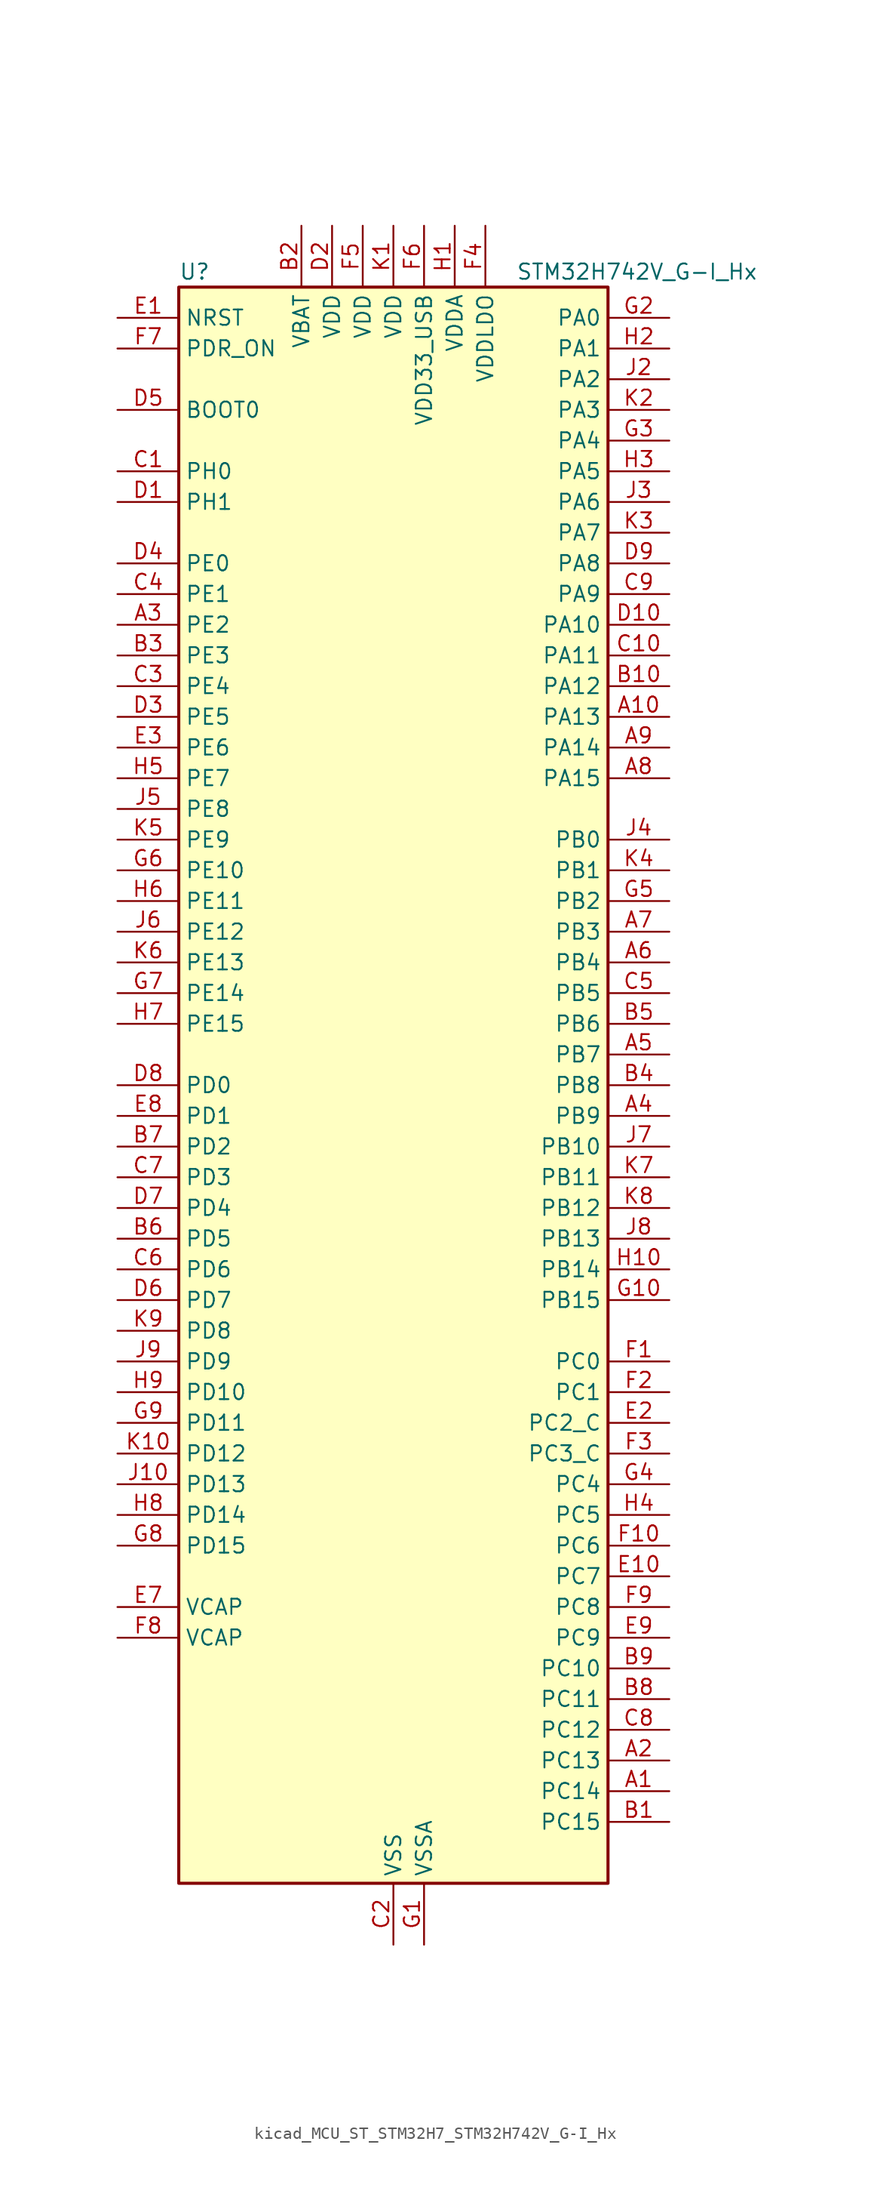
<source format=kicad_sym>
(kicad_symbol_lib
  (version 20220914)
  (generator kicad_symbol_editor)
  (symbol "kicad_MCU_ST_STM32H7_STM32H742V_G-I_Hx"
    (property "Reference" "U"
      (at -17.78 67.31 0)
      (effects (font (size 1.27 1.27)) (justify left)))
    (property "Value" "STM32H742V_G-I_Hx"
      (at 10.16 67.31 0)
      (effects (font (size 1.27 1.27)) (justify left)))
    (property "ki_locked" ""
      (at 0 0 0)
      (effects (font (size 1.27 1.27))))
    (symbol "kicad_MCU_ST_STM32H7_STM32H742V_G-I_Hx_0_1"
      (rectangle (start -17.78 -66.04) (end 17.78 66.04) (stroke (width 0.254) (type default)) (fill (type background))))
    (symbol "kicad_MCU_ST_STM32H7_STM32H742V_G-I_Hx_1_1"
      (pin bidirectional line (at 22.86 -58.42 180) (length 5.08) (name "PC14" (effects (font (size 1.27 1.27)))) (number "A1" (effects (font (size 1.27 1.27)))) (alternate "RCC_OSC32_IN" bidirectional line))
      (pin bidirectional line (at 22.86 30.48 180) (length 5.08) (name "PA13" (effects (font (size 1.27 1.27)))) (number "A10" (effects (font (size 1.27 1.27)))) (alternate "DEBUG_JTMS-SWDIO" bidirectional line))
      (pin bidirectional line (at 22.86 -55.88 180) (length 5.08) (name "PC13" (effects (font (size 1.27 1.27)))) (number "A2" (effects (font (size 1.27 1.27)))) (alternate "PWR_WKUP2" bidirectional line) (alternate "RTC_OUT_ALARM" bidirectional line) (alternate "RTC_OUT_CALIB" bidirectional line) (alternate "RTC_TAMP1" bidirectional line) (alternate "RTC_TS" bidirectional line))
      (pin bidirectional line (at -22.86 38.1 0) (length 5.08) (name "PE2" (effects (font (size 1.27 1.27)))) (number "A3" (effects (font (size 1.27 1.27)))) (alternate "DEBUG_TRACECLK" bidirectional line) (alternate "ETH_TXD3" bidirectional line) (alternate "FMC_A23" bidirectional line) (alternate "QUADSPI_BK1_IO2" bidirectional line) (alternate "SAI1_CK1" bidirectional line) (alternate "SAI1_MCLK_A" bidirectional line) (alternate "SAI4_CK1" bidirectional line) (alternate "SAI4_MCLK_A" bidirectional line) (alternate "SPI4_SCK" bidirectional line))
      (pin bidirectional line (at 22.86 -2.54 180) (length 5.08) (name "PB9" (effects (font (size 1.27 1.27)))) (number "A4" (effects (font (size 1.27 1.27)))) (alternate "DAC1_EXTI9" bidirectional line) (alternate "DCMI_D7" bidirectional line) (alternate "DFSDM1_DATIN7" bidirectional line) (alternate "FDCAN1_TX" bidirectional line) (alternate "I2C1_SDA" bidirectional line) (alternate "I2C4_SDA" bidirectional line) (alternate "I2C4_SMBA" bidirectional line) (alternate "I2S2_WS" bidirectional line) (alternate "SDMMC1_CDIR" bidirectional line) (alternate "SDMMC1_D5" bidirectional line) (alternate "SDMMC2_D5" bidirectional line) (alternate "SPI2_NSS" bidirectional line) (alternate "TIM17_CH1" bidirectional line) (alternate "TIM4_CH4" bidirectional line) (alternate "UART4_TX" bidirectional line))
      (pin bidirectional line (at 22.86 2.54 180) (length 5.08) (name "PB7" (effects (font (size 1.27 1.27)))) (number "A5" (effects (font (size 1.27 1.27)))) (alternate "DCMI_VSYNC" bidirectional line) (alternate "DFSDM1_CKIN5" bidirectional line) (alternate "FMC_NL" bidirectional line) (alternate "HRTIM_EEV9" bidirectional line) (alternate "I2C1_SDA" bidirectional line) (alternate "I2C4_SDA" bidirectional line) (alternate "LPUART1_RX" bidirectional line) (alternate "PWR_PVD_IN" bidirectional line) (alternate "TIM17_CH1N" bidirectional line) (alternate "TIM4_CH2" bidirectional line) (alternate "USART1_RX" bidirectional line))
      (pin bidirectional line (at 22.86 10.16 180) (length 5.08) (name "PB4" (effects (font (size 1.27 1.27)))) (number "A6" (effects (font (size 1.27 1.27)))) (alternate "DEBUG_JTRST" bidirectional line) (alternate "HRTIM_EEV6" bidirectional line) (alternate "I2S1_SDI" bidirectional line) (alternate "I2S2_WS" bidirectional line) (alternate "I2S3_SDI" bidirectional line) (alternate "SDMMC2_D3" bidirectional line) (alternate "SPI1_MISO" bidirectional line) (alternate "SPI2_NSS" bidirectional line) (alternate "SPI3_MISO" bidirectional line) (alternate "SPI6_MISO" bidirectional line) (alternate "TIM16_BKIN" bidirectional line) (alternate "TIM3_CH1" bidirectional line) (alternate "UART7_TX" bidirectional line))
      (pin bidirectional line (at 22.86 12.7 180) (length 5.08) (name "PB3" (effects (font (size 1.27 1.27)))) (number "A7" (effects (font (size 1.27 1.27)))) (alternate "CRS_SYNC" bidirectional line) (alternate "DEBUG_JTDO-SWO" bidirectional line) (alternate "HRTIM_FLT4" bidirectional line) (alternate "I2S1_CK" bidirectional line) (alternate "I2S3_CK" bidirectional line) (alternate "SDMMC2_D2" bidirectional line) (alternate "SPI1_SCK" bidirectional line) (alternate "SPI3_SCK" bidirectional line) (alternate "SPI6_SCK" bidirectional line) (alternate "TIM2_CH2" bidirectional line) (alternate "UART7_RX" bidirectional line))
      (pin bidirectional line (at 22.86 25.4 180) (length 5.08) (name "PA15" (effects (font (size 1.27 1.27)))) (number "A8" (effects (font (size 1.27 1.27)))) (alternate "ADC1_EXTI15" bidirectional line) (alternate "ADC2_EXTI15" bidirectional line) (alternate "ADC3_EXTI15" bidirectional line) (alternate "CEC" bidirectional line) (alternate "DEBUG_JTDI" bidirectional line) (alternate "HRTIM_FLT1" bidirectional line) (alternate "I2S1_WS" bidirectional line) (alternate "I2S3_WS" bidirectional line) (alternate "SPI1_NSS" bidirectional line) (alternate "SPI3_NSS" bidirectional line) (alternate "SPI6_NSS" bidirectional line) (alternate "TIM2_CH1" bidirectional line) (alternate "TIM2_ETR" bidirectional line) (alternate "UART4_DE" bidirectional line) (alternate "UART4_RTS" bidirectional line) (alternate "UART7_TX" bidirectional line))
      (pin bidirectional line (at 22.86 27.94 180) (length 5.08) (name "PA14" (effects (font (size 1.27 1.27)))) (number "A9" (effects (font (size 1.27 1.27)))) (alternate "DEBUG_JTCK-SWCLK" bidirectional line))
      (pin bidirectional line (at 22.86 -60.96 180) (length 5.08) (name "PC15" (effects (font (size 1.27 1.27)))) (number "B1" (effects (font (size 1.27 1.27)))) (alternate "ADC1_EXTI15" bidirectional line) (alternate "ADC2_EXTI15" bidirectional line) (alternate "ADC3_EXTI15" bidirectional line) (alternate "RCC_OSC32_OUT" bidirectional line))
      (pin bidirectional line (at 22.86 33.02 180) (length 5.08) (name "PA12" (effects (font (size 1.27 1.27)))) (number "B10" (effects (font (size 1.27 1.27)))) (alternate "FDCAN1_TX" bidirectional line) (alternate "HRTIM_CHD2" bidirectional line) (alternate "I2S2_CK" bidirectional line) (alternate "LPUART1_DE" bidirectional line) (alternate "LPUART1_RTS" bidirectional line) (alternate "SAI2_FS_B" bidirectional line) (alternate "SPI2_SCK" bidirectional line) (alternate "TIM1_ETR" bidirectional line) (alternate "UART4_TX" bidirectional line) (alternate "USART1_DE" bidirectional line) (alternate "USART1_RTS" bidirectional line) (alternate "USB_OTG_FS_DP" bidirectional line))
      (pin power_in line (at -7.62 71.12 270) (length 5.08) (name "VBAT" (effects (font (size 1.27 1.27)))) (number "B2" (effects (font (size 1.27 1.27)))))
      (pin bidirectional line (at -22.86 35.56 0) (length 5.08) (name "PE3" (effects (font (size 1.27 1.27)))) (number "B3" (effects (font (size 1.27 1.27)))) (alternate "DEBUG_TRACED0" bidirectional line) (alternate "FMC_A19" bidirectional line) (alternate "SAI1_SD_B" bidirectional line) (alternate "SAI4_SD_B" bidirectional line) (alternate "TIM15_BKIN" bidirectional line))
      (pin bidirectional line (at 22.86 0 180) (length 5.08) (name "PB8" (effects (font (size 1.27 1.27)))) (number "B4" (effects (font (size 1.27 1.27)))) (alternate "DCMI_D6" bidirectional line) (alternate "DFSDM1_CKIN7" bidirectional line) (alternate "ETH_TXD3" bidirectional line) (alternate "FDCAN1_RX" bidirectional line) (alternate "I2C1_SCL" bidirectional line) (alternate "I2C4_SCL" bidirectional line) (alternate "SDMMC1_CKIN" bidirectional line) (alternate "SDMMC1_D4" bidirectional line) (alternate "SDMMC2_D4" bidirectional line) (alternate "TIM16_CH1" bidirectional line) (alternate "TIM4_CH3" bidirectional line) (alternate "UART4_RX" bidirectional line))
      (pin bidirectional line (at 22.86 5.08 180) (length 5.08) (name "PB6" (effects (font (size 1.27 1.27)))) (number "B5" (effects (font (size 1.27 1.27)))) (alternate "CEC" bidirectional line) (alternate "DCMI_D5" bidirectional line) (alternate "DFSDM1_DATIN5" bidirectional line) (alternate "FDCAN2_TX" bidirectional line) (alternate "FMC_SDNE1" bidirectional line) (alternate "HRTIM_EEV8" bidirectional line) (alternate "I2C1_SCL" bidirectional line) (alternate "I2C4_SCL" bidirectional line) (alternate "LPUART1_TX" bidirectional line) (alternate "QUADSPI_BK1_NCS" bidirectional line) (alternate "TIM16_CH1N" bidirectional line) (alternate "TIM4_CH1" bidirectional line) (alternate "UART5_TX" bidirectional line) (alternate "USART1_TX" bidirectional line))
      (pin bidirectional line (at -22.86 -12.7 0) (length 5.08) (name "PD5" (effects (font (size 1.27 1.27)))) (number "B6" (effects (font (size 1.27 1.27)))) (alternate "FMC_NWE" bidirectional line) (alternate "HRTIM_EEV3" bidirectional line) (alternate "USART2_TX" bidirectional line))
      (pin bidirectional line (at -22.86 -5.08 0) (length 5.08) (name "PD2" (effects (font (size 1.27 1.27)))) (number "B7" (effects (font (size 1.27 1.27)))) (alternate "DCMI_D11" bidirectional line) (alternate "DEBUG_TRACED2" bidirectional line) (alternate "SDMMC1_CMD" bidirectional line) (alternate "TIM3_ETR" bidirectional line) (alternate "UART5_RX" bidirectional line))
      (pin bidirectional line (at 22.86 -50.8 180) (length 5.08) (name "PC11" (effects (font (size 1.27 1.27)))) (number "B8" (effects (font (size 1.27 1.27)))) (alternate "ADC1_EXTI11" bidirectional line) (alternate "ADC2_EXTI11" bidirectional line) (alternate "ADC3_EXTI11" bidirectional line) (alternate "DCMI_D4" bidirectional line) (alternate "DFSDM1_DATIN5" bidirectional line) (alternate "HRTIM_FLT2" bidirectional line) (alternate "I2S3_SDI" bidirectional line) (alternate "QUADSPI_BK2_NCS" bidirectional line) (alternate "SDMMC1_D3" bidirectional line) (alternate "SPI3_MISO" bidirectional line) (alternate "UART4_RX" bidirectional line) (alternate "USART3_RX" bidirectional line))
      (pin bidirectional line (at 22.86 -48.26 180) (length 5.08) (name "PC10" (effects (font (size 1.27 1.27)))) (number "B9" (effects (font (size 1.27 1.27)))) (alternate "DCMI_D8" bidirectional line) (alternate "DFSDM1_CKIN5" bidirectional line) (alternate "HRTIM_EEV1" bidirectional line) (alternate "I2S3_CK" bidirectional line) (alternate "QUADSPI_BK1_IO1" bidirectional line) (alternate "SDMMC1_D2" bidirectional line) (alternate "SPI3_SCK" bidirectional line) (alternate "UART4_TX" bidirectional line) (alternate "USART3_TX" bidirectional line))
      (pin bidirectional line (at -22.86 50.8 0) (length 5.08) (name "PH0" (effects (font (size 1.27 1.27)))) (number "C1" (effects (font (size 1.27 1.27)))) (alternate "RCC_OSC_IN" bidirectional line))
      (pin bidirectional line (at 22.86 35.56 180) (length 5.08) (name "PA11" (effects (font (size 1.27 1.27)))) (number "C10" (effects (font (size 1.27 1.27)))) (alternate "ADC1_EXTI11" bidirectional line) (alternate "ADC2_EXTI11" bidirectional line) (alternate "ADC3_EXTI11" bidirectional line) (alternate "FDCAN1_RX" bidirectional line) (alternate "HRTIM_CHD1" bidirectional line) (alternate "I2S2_WS" bidirectional line) (alternate "LPUART1_CTS" bidirectional line) (alternate "SPI2_NSS" bidirectional line) (alternate "TIM1_CH4" bidirectional line) (alternate "UART4_RX" bidirectional line) (alternate "USART1_CTS" bidirectional line) (alternate "USART1_NSS" bidirectional line) (alternate "USB_OTG_FS_DM" bidirectional line))
      (pin power_in line (at 0 -71.12 90) (length 5.08) (name "VSS" (effects (font (size 1.27 1.27)))) (number "C2" (effects (font (size 1.27 1.27)))))
      (pin bidirectional line (at -22.86 33.02 0) (length 5.08) (name "PE4" (effects (font (size 1.27 1.27)))) (number "C3" (effects (font (size 1.27 1.27)))) (alternate "DCMI_D4" bidirectional line) (alternate "DEBUG_TRACED1" bidirectional line) (alternate "DFSDM1_DATIN3" bidirectional line) (alternate "FMC_A20" bidirectional line) (alternate "SAI1_D2" bidirectional line) (alternate "SAI1_FS_A" bidirectional line) (alternate "SAI4_D2" bidirectional line) (alternate "SAI4_FS_A" bidirectional line) (alternate "SPI4_NSS" bidirectional line) (alternate "TIM15_CH1N" bidirectional line))
      (pin bidirectional line (at -22.86 40.64 0) (length 5.08) (name "PE1" (effects (font (size 1.27 1.27)))) (number "C4" (effects (font (size 1.27 1.27)))) (alternate "DCMI_D3" bidirectional line) (alternate "FMC_NBL1" bidirectional line) (alternate "HRTIM_SCOUT" bidirectional line) (alternate "LPTIM1_IN2" bidirectional line) (alternate "UART8_TX" bidirectional line))
      (pin bidirectional line (at 22.86 7.62 180) (length 5.08) (name "PB5" (effects (font (size 1.27 1.27)))) (number "C5" (effects (font (size 1.27 1.27)))) (alternate "DCMI_D10" bidirectional line) (alternate "ETH_PPS_OUT" bidirectional line) (alternate "FDCAN2_RX" bidirectional line) (alternate "FMC_SDCKE1" bidirectional line) (alternate "HRTIM_EEV7" bidirectional line) (alternate "I2C1_SMBA" bidirectional line) (alternate "I2C4_SMBA" bidirectional line) (alternate "I2S1_SDO" bidirectional line) (alternate "I2S3_SDO" bidirectional line) (alternate "SPI1_MOSI" bidirectional line) (alternate "SPI3_MOSI" bidirectional line) (alternate "SPI6_MOSI" bidirectional line) (alternate "TIM17_BKIN" bidirectional line) (alternate "TIM3_CH2" bidirectional line) (alternate "UART5_RX" bidirectional line) (alternate "USB_OTG_HS_ULPI_D7" bidirectional line))
      (pin bidirectional line (at -22.86 -15.24 0) (length 5.08) (name "PD6" (effects (font (size 1.27 1.27)))) (number "C6" (effects (font (size 1.27 1.27)))) (alternate "DCMI_D10" bidirectional line) (alternate "DFSDM1_CKIN4" bidirectional line) (alternate "DFSDM1_DATIN1" bidirectional line) (alternate "FMC_NWAIT" bidirectional line) (alternate "I2S3_SDO" bidirectional line) (alternate "SAI1_D1" bidirectional line) (alternate "SAI1_SD_A" bidirectional line) (alternate "SAI4_D1" bidirectional line) (alternate "SAI4_SD_A" bidirectional line) (alternate "SDMMC2_CK" bidirectional line) (alternate "SPI3_MOSI" bidirectional line) (alternate "USART2_RX" bidirectional line))
      (pin bidirectional line (at -22.86 -7.62 0) (length 5.08) (name "PD3" (effects (font (size 1.27 1.27)))) (number "C7" (effects (font (size 1.27 1.27)))) (alternate "DCMI_D5" bidirectional line) (alternate "DFSDM1_CKOUT" bidirectional line) (alternate "FMC_CLK" bidirectional line) (alternate "I2S2_CK" bidirectional line) (alternate "SPI2_SCK" bidirectional line) (alternate "USART2_CTS" bidirectional line) (alternate "USART2_NSS" bidirectional line))
      (pin bidirectional line (at 22.86 -53.34 180) (length 5.08) (name "PC12" (effects (font (size 1.27 1.27)))) (number "C8" (effects (font (size 1.27 1.27)))) (alternate "DCMI_D9" bidirectional line) (alternate "DEBUG_TRACED3" bidirectional line) (alternate "HRTIM_EEV2" bidirectional line) (alternate "I2S3_SDO" bidirectional line) (alternate "SDMMC1_CK" bidirectional line) (alternate "SPI3_MOSI" bidirectional line) (alternate "UART5_TX" bidirectional line) (alternate "USART3_CK" bidirectional line))
      (pin bidirectional line (at 22.86 40.64 180) (length 5.08) (name "PA9" (effects (font (size 1.27 1.27)))) (number "C9" (effects (font (size 1.27 1.27)))) (alternate "DAC1_EXTI9" bidirectional line) (alternate "DCMI_D0" bidirectional line) (alternate "HRTIM_CHC1" bidirectional line) (alternate "I2C3_SMBA" bidirectional line) (alternate "I2S2_CK" bidirectional line) (alternate "LPUART1_TX" bidirectional line) (alternate "SPI2_SCK" bidirectional line) (alternate "TIM1_CH2" bidirectional line) (alternate "USART1_TX" bidirectional line) (alternate "USB_OTG_FS_VBUS" bidirectional line))
      (pin bidirectional line (at -22.86 48.26 0) (length 5.08) (name "PH1" (effects (font (size 1.27 1.27)))) (number "D1" (effects (font (size 1.27 1.27)))) (alternate "RCC_OSC_OUT" bidirectional line))
      (pin bidirectional line (at 22.86 38.1 180) (length 5.08) (name "PA10" (effects (font (size 1.27 1.27)))) (number "D10" (effects (font (size 1.27 1.27)))) (alternate "DCMI_D1" bidirectional line) (alternate "HRTIM_CHC2" bidirectional line) (alternate "LPUART1_RX" bidirectional line) (alternate "MDIOS_MDIO" bidirectional line) (alternate "TIM1_CH3" bidirectional line) (alternate "USART1_RX" bidirectional line) (alternate "USB_OTG_FS_ID" bidirectional line))
      (pin power_in line (at -5.08 71.12 270) (length 5.08) (name "VDD" (effects (font (size 1.27 1.27)))) (number "D2" (effects (font (size 1.27 1.27)))))
      (pin bidirectional line (at -22.86 30.48 0) (length 5.08) (name "PE5" (effects (font (size 1.27 1.27)))) (number "D3" (effects (font (size 1.27 1.27)))) (alternate "DCMI_D6" bidirectional line) (alternate "DEBUG_TRACED2" bidirectional line) (alternate "DFSDM1_CKIN3" bidirectional line) (alternate "FMC_A21" bidirectional line) (alternate "SAI1_CK2" bidirectional line) (alternate "SAI1_SCK_A" bidirectional line) (alternate "SAI4_CK2" bidirectional line) (alternate "SAI4_SCK_A" bidirectional line) (alternate "SPI4_MISO" bidirectional line) (alternate "TIM15_CH1" bidirectional line))
      (pin bidirectional line (at -22.86 43.18 0) (length 5.08) (name "PE0" (effects (font (size 1.27 1.27)))) (number "D4" (effects (font (size 1.27 1.27)))) (alternate "DCMI_D2" bidirectional line) (alternate "FMC_NBL0" bidirectional line) (alternate "HRTIM_SCIN" bidirectional line) (alternate "LPTIM1_ETR" bidirectional line) (alternate "LPTIM2_ETR" bidirectional line) (alternate "SAI2_MCLK_A" bidirectional line) (alternate "TIM4_ETR" bidirectional line) (alternate "UART8_RX" bidirectional line))
      (pin input line (at -22.86 55.88 0) (length 5.08) (name "BOOT0" (effects (font (size 1.27 1.27)))) (number "D5" (effects (font (size 1.27 1.27)))))
      (pin bidirectional line (at -22.86 -17.78 0) (length 5.08) (name "PD7" (effects (font (size 1.27 1.27)))) (number "D6" (effects (font (size 1.27 1.27)))) (alternate "DFSDM1_CKIN1" bidirectional line) (alternate "DFSDM1_DATIN4" bidirectional line) (alternate "FMC_NE1" bidirectional line) (alternate "I2S1_SDO" bidirectional line) (alternate "SDMMC2_CMD" bidirectional line) (alternate "SPDIFRX1_IN0" bidirectional line) (alternate "SPI1_MOSI" bidirectional line) (alternate "USART2_CK" bidirectional line))
      (pin bidirectional line (at -22.86 -10.16 0) (length 5.08) (name "PD4" (effects (font (size 1.27 1.27)))) (number "D7" (effects (font (size 1.27 1.27)))) (alternate "FMC_NOE" bidirectional line) (alternate "HRTIM_FLT3" bidirectional line) (alternate "SAI3_FS_A" bidirectional line) (alternate "USART2_DE" bidirectional line) (alternate "USART2_RTS" bidirectional line))
      (pin bidirectional line (at -22.86 0 0) (length 5.08) (name "PD0" (effects (font (size 1.27 1.27)))) (number "D8" (effects (font (size 1.27 1.27)))) (alternate "DFSDM1_CKIN6" bidirectional line) (alternate "FDCAN1_RX" bidirectional line) (alternate "FMC_D2" bidirectional line) (alternate "FMC_DA2" bidirectional line) (alternate "SAI3_SCK_A" bidirectional line) (alternate "UART4_RX" bidirectional line))
      (pin bidirectional line (at 22.86 43.18 180) (length 5.08) (name "PA8" (effects (font (size 1.27 1.27)))) (number "D9" (effects (font (size 1.27 1.27)))) (alternate "HRTIM_CHB2" bidirectional line) (alternate "I2C3_SCL" bidirectional line) (alternate "RCC_MCO_1" bidirectional line) (alternate "TIM1_CH1" bidirectional line) (alternate "TIM8_BKIN2" bidirectional line) (alternate "TIM8_BKIN2_COMP1" bidirectional line) (alternate "TIM8_BKIN2_COMP2" bidirectional line) (alternate "UART7_RX" bidirectional line) (alternate "USART1_CK" bidirectional line) (alternate "USB_OTG_FS_SOF" bidirectional line))
      (pin input line (at -22.86 63.5 0) (length 5.08) (name "NRST" (effects (font (size 1.27 1.27)))) (number "E1" (effects (font (size 1.27 1.27)))))
      (pin bidirectional line (at 22.86 -40.64 180) (length 5.08) (name "PC7" (effects (font (size 1.27 1.27)))) (number "E10" (effects (font (size 1.27 1.27)))) (alternate "DCMI_D1" bidirectional line) (alternate "DEBUG_TRGIO" bidirectional line) (alternate "DFSDM1_DATIN3" bidirectional line) (alternate "FMC_NE1" bidirectional line) (alternate "HRTIM_CHA2" bidirectional line) (alternate "I2S3_MCK" bidirectional line) (alternate "SDMMC1_D123DIR" bidirectional line) (alternate "SDMMC1_D7" bidirectional line) (alternate "SDMMC2_D7" bidirectional line) (alternate "SWPMI1_TX" bidirectional line) (alternate "TIM3_CH2" bidirectional line) (alternate "TIM8_CH2" bidirectional line) (alternate "USART6_RX" bidirectional line))
      (pin bidirectional line (at 22.86 -27.94 180) (length 5.08) (name "PC2_C" (effects (font (size 1.27 1.27)))) (number "E2" (effects (font (size 1.27 1.27)))) (alternate "ADC3_INN1" bidirectional line) (alternate "ADC3_INP0" bidirectional line) (alternate "DFSDM1_CKIN1" bidirectional line) (alternate "DFSDM1_CKOUT" bidirectional line) (alternate "ETH_TXD2" bidirectional line) (alternate "FMC_SDNE0" bidirectional line) (alternate "I2S2_SDI" bidirectional line) (alternate "PWR_CSTOP" bidirectional line) (alternate "SPI2_MISO" bidirectional line) (alternate "USB_OTG_HS_ULPI_DIR" bidirectional line))
      (pin bidirectional line (at -22.86 27.94 0) (length 5.08) (name "PE6" (effects (font (size 1.27 1.27)))) (number "E3" (effects (font (size 1.27 1.27)))) (alternate "DCMI_D7" bidirectional line) (alternate "DEBUG_TRACED3" bidirectional line) (alternate "FMC_A22" bidirectional line) (alternate "SAI1_D1" bidirectional line) (alternate "SAI1_SD_A" bidirectional line) (alternate "SAI2_MCLK_B" bidirectional line) (alternate "SAI4_D1" bidirectional line) (alternate "SAI4_SD_A" bidirectional line) (alternate "SPI4_MOSI" bidirectional line) (alternate "TIM15_CH2" bidirectional line) (alternate "TIM1_BKIN2" bidirectional line) (alternate "TIM1_BKIN2_COMP1" bidirectional line) (alternate "TIM1_BKIN2_COMP2" bidirectional line))
      (pin passive line (at 0 -71.12 90) (length 5.08) hide (name "VSS" (effects (font (size 1.27 1.27)))) (number "E4" (effects (font (size 1.27 1.27)))))
      (pin passive line (at 0 -71.12 90) (length 5.08) hide (name "VSS" (effects (font (size 1.27 1.27)))) (number "E5" (effects (font (size 1.27 1.27)))))
      (pin passive line (at 0 -71.12 90) (length 5.08) hide (name "VSS" (effects (font (size 1.27 1.27)))) (number "E6" (effects (font (size 1.27 1.27)))))
      (pin power_out line (at -22.86 -43.18 0) (length 5.08) (name "VCAP" (effects (font (size 1.27 1.27)))) (number "E7" (effects (font (size 1.27 1.27)))))
      (pin bidirectional line (at -22.86 -2.54 0) (length 5.08) (name "PD1" (effects (font (size 1.27 1.27)))) (number "E8" (effects (font (size 1.27 1.27)))) (alternate "DFSDM1_DATIN6" bidirectional line) (alternate "FDCAN1_TX" bidirectional line) (alternate "FMC_D3" bidirectional line) (alternate "FMC_DA3" bidirectional line) (alternate "SAI3_SD_A" bidirectional line) (alternate "UART4_TX" bidirectional line))
      (pin bidirectional line (at 22.86 -45.72 180) (length 5.08) (name "PC9" (effects (font (size 1.27 1.27)))) (number "E9" (effects (font (size 1.27 1.27)))) (alternate "DAC1_EXTI9" bidirectional line) (alternate "DCMI_D3" bidirectional line) (alternate "I2C3_SDA" bidirectional line) (alternate "I2S_CKIN" bidirectional line) (alternate "QUADSPI_BK1_IO0" bidirectional line) (alternate "RCC_MCO_2" bidirectional line) (alternate "SDMMC1_D1" bidirectional line) (alternate "SWPMI1_SUSPEND" bidirectional line) (alternate "TIM3_CH4" bidirectional line) (alternate "TIM8_CH4" bidirectional line) (alternate "UART5_CTS" bidirectional line))
      (pin bidirectional line (at 22.86 -22.86 180) (length 5.08) (name "PC0" (effects (font (size 1.27 1.27)))) (number "F1" (effects (font (size 1.27 1.27)))) (alternate "ADC1_INP10" bidirectional line) (alternate "ADC2_INP10" bidirectional line) (alternate "ADC3_INP10" bidirectional line) (alternate "DFSDM1_CKIN0" bidirectional line) (alternate "DFSDM1_DATIN4" bidirectional line) (alternate "FMC_SDNWE" bidirectional line) (alternate "SAI2_FS_B" bidirectional line) (alternate "USB_OTG_HS_ULPI_STP" bidirectional line))
      (pin bidirectional line (at 22.86 -38.1 180) (length 5.08) (name "PC6" (effects (font (size 1.27 1.27)))) (number "F10" (effects (font (size 1.27 1.27)))) (alternate "DCMI_D0" bidirectional line) (alternate "DFSDM1_CKIN3" bidirectional line) (alternate "FMC_NWAIT" bidirectional line) (alternate "HRTIM_CHA1" bidirectional line) (alternate "I2S2_MCK" bidirectional line) (alternate "SDMMC1_D0DIR" bidirectional line) (alternate "SDMMC1_D6" bidirectional line) (alternate "SDMMC2_D6" bidirectional line) (alternate "SWPMI1_IO" bidirectional line) (alternate "TIM3_CH1" bidirectional line) (alternate "TIM8_CH1" bidirectional line) (alternate "USART6_TX" bidirectional line))
      (pin bidirectional line (at 22.86 -25.4 180) (length 5.08) (name "PC1" (effects (font (size 1.27 1.27)))) (number "F2" (effects (font (size 1.27 1.27)))) (alternate "ADC1_INN10" bidirectional line) (alternate "ADC1_INP11" bidirectional line) (alternate "ADC2_INN10" bidirectional line) (alternate "ADC2_INP11" bidirectional line) (alternate "ADC3_INN10" bidirectional line) (alternate "ADC3_INP11" bidirectional line) (alternate "DEBUG_TRACED0" bidirectional line) (alternate "DFSDM1_CKIN4" bidirectional line) (alternate "DFSDM1_DATIN0" bidirectional line) (alternate "ETH_MDC" bidirectional line) (alternate "I2S2_SDO" bidirectional line) (alternate "MDIOS_MDC" bidirectional line) (alternate "PWR_WKUP5" bidirectional line) (alternate "RTC_TAMP3" bidirectional line) (alternate "SAI1_D1" bidirectional line) (alternate "SAI1_SD_A" bidirectional line) (alternate "SAI4_D1" bidirectional line) (alternate "SAI4_SD_A" bidirectional line) (alternate "SDMMC2_CK" bidirectional line) (alternate "SPI2_MOSI" bidirectional line))
      (pin bidirectional line (at 22.86 -30.48 180) (length 5.08) (name "PC3_C" (effects (font (size 1.27 1.27)))) (number "F3" (effects (font (size 1.27 1.27)))) (alternate "ADC3_INP1" bidirectional line) (alternate "DFSDM1_DATIN1" bidirectional line) (alternate "ETH_TX_CLK" bidirectional line) (alternate "FMC_SDCKE0" bidirectional line) (alternate "I2S2_SDO" bidirectional line) (alternate "PWR_CSLEEP" bidirectional line) (alternate "SPI2_MOSI" bidirectional line) (alternate "USB_OTG_HS_ULPI_NXT" bidirectional line))
      (pin power_in line (at 7.62 71.12 270) (length 5.08) (name "VDDLDO" (effects (font (size 1.27 1.27)))) (number "F4" (effects (font (size 1.27 1.27)))))
      (pin power_in line (at -2.54 71.12 270) (length 5.08) (name "VDD" (effects (font (size 1.27 1.27)))) (number "F5" (effects (font (size 1.27 1.27)))))
      (pin power_in line (at 2.54 71.12 270) (length 5.08) (name "VDD33_USB" (effects (font (size 1.27 1.27)))) (number "F6" (effects (font (size 1.27 1.27)))))
      (pin input line (at -22.86 60.96 0) (length 5.08) (name "PDR_ON" (effects (font (size 1.27 1.27)))) (number "F7" (effects (font (size 1.27 1.27)))))
      (pin power_out line (at -22.86 -45.72 0) (length 5.08) (name "VCAP" (effects (font (size 1.27 1.27)))) (number "F8" (effects (font (size 1.27 1.27)))))
      (pin bidirectional line (at 22.86 -43.18 180) (length 5.08) (name "PC8" (effects (font (size 1.27 1.27)))) (number "F9" (effects (font (size 1.27 1.27)))) (alternate "DCMI_D2" bidirectional line) (alternate "DEBUG_TRACED1" bidirectional line) (alternate "FMC_NCE" bidirectional line) (alternate "FMC_NE2" bidirectional line) (alternate "HRTIM_CHB1" bidirectional line) (alternate "SDMMC1_D0" bidirectional line) (alternate "SWPMI1_RX" bidirectional line) (alternate "TIM3_CH3" bidirectional line) (alternate "TIM8_CH3" bidirectional line) (alternate "UART5_DE" bidirectional line) (alternate "UART5_RTS" bidirectional line) (alternate "USART6_CK" bidirectional line))
      (pin power_in line (at 2.54 -71.12 90) (length 5.08) (name "VSSA" (effects (font (size 1.27 1.27)))) (number "G1" (effects (font (size 1.27 1.27)))))
      (pin bidirectional line (at 22.86 -17.78 180) (length 5.08) (name "PB15" (effects (font (size 1.27 1.27)))) (number "G10" (effects (font (size 1.27 1.27)))) (alternate "ADC1_EXTI15" bidirectional line) (alternate "ADC2_EXTI15" bidirectional line) (alternate "ADC3_EXTI15" bidirectional line) (alternate "DFSDM1_CKIN2" bidirectional line) (alternate "I2S2_SDO" bidirectional line) (alternate "RTC_REFIN" bidirectional line) (alternate "SDMMC2_D1" bidirectional line) (alternate "SPI2_MOSI" bidirectional line) (alternate "TIM12_CH2" bidirectional line) (alternate "TIM1_CH3N" bidirectional line) (alternate "TIM8_CH3N" bidirectional line) (alternate "UART4_CTS" bidirectional line) (alternate "USART1_RX" bidirectional line) (alternate "USB_OTG_HS_DP" bidirectional line))
      (pin bidirectional line (at 22.86 63.5 180) (length 5.08) (name "PA0" (effects (font (size 1.27 1.27)))) (number "G2" (effects (font (size 1.27 1.27)))) (alternate "ADC1_INP16" bidirectional line) (alternate "ETH_CRS" bidirectional line) (alternate "PWR_WKUP0" bidirectional line) (alternate "SAI2_SD_B" bidirectional line) (alternate "SDMMC2_CMD" bidirectional line) (alternate "TIM15_BKIN" bidirectional line) (alternate "TIM2_CH1" bidirectional line) (alternate "TIM2_ETR" bidirectional line) (alternate "TIM5_CH1" bidirectional line) (alternate "TIM8_ETR" bidirectional line) (alternate "UART4_TX" bidirectional line) (alternate "USART2_CTS" bidirectional line) (alternate "USART2_NSS" bidirectional line))
      (pin bidirectional line (at 22.86 53.34 180) (length 5.08) (name "PA4" (effects (font (size 1.27 1.27)))) (number "G3" (effects (font (size 1.27 1.27)))) (alternate "ADC1_INP18" bidirectional line) (alternate "ADC2_INP18" bidirectional line) (alternate "DAC1_OUT1" bidirectional line) (alternate "DCMI_HSYNC" bidirectional line) (alternate "I2S1_WS" bidirectional line) (alternate "I2S3_WS" bidirectional line) (alternate "SPI1_NSS" bidirectional line) (alternate "SPI3_NSS" bidirectional line) (alternate "SPI6_NSS" bidirectional line) (alternate "TIM5_ETR" bidirectional line) (alternate "USART2_CK" bidirectional line) (alternate "USB_OTG_HS_SOF" bidirectional line))
      (pin bidirectional line (at 22.86 -33.02 180) (length 5.08) (name "PC4" (effects (font (size 1.27 1.27)))) (number "G4" (effects (font (size 1.27 1.27)))) (alternate "ADC1_INP4" bidirectional line) (alternate "ADC2_INP4" bidirectional line) (alternate "COMP1_INM" bidirectional line) (alternate "DFSDM1_CKIN2" bidirectional line) (alternate "ETH_RXD0" bidirectional line) (alternate "FMC_SDNE0" bidirectional line) (alternate "I2S1_MCK" bidirectional line) (alternate "OPAMP1_VOUT" bidirectional line) (alternate "SPDIFRX1_IN2" bidirectional line))
      (pin bidirectional line (at 22.86 15.24 180) (length 5.08) (name "PB2" (effects (font (size 1.27 1.27)))) (number "G5" (effects (font (size 1.27 1.27)))) (alternate "COMP1_INP" bidirectional line) (alternate "DFSDM1_CKIN1" bidirectional line) (alternate "I2S3_SDO" bidirectional line) (alternate "QUADSPI_CLK" bidirectional line) (alternate "RTC_OUT_ALARM" bidirectional line) (alternate "RTC_OUT_CALIB" bidirectional line) (alternate "SAI1_D1" bidirectional line) (alternate "SAI1_SD_A" bidirectional line) (alternate "SAI4_D1" bidirectional line) (alternate "SAI4_SD_A" bidirectional line) (alternate "SPI3_MOSI" bidirectional line))
      (pin bidirectional line (at -22.86 17.78 0) (length 5.08) (name "PE10" (effects (font (size 1.27 1.27)))) (number "G6" (effects (font (size 1.27 1.27)))) (alternate "COMP2_INM" bidirectional line) (alternate "DFSDM1_DATIN4" bidirectional line) (alternate "FMC_D7" bidirectional line) (alternate "FMC_DA7" bidirectional line) (alternate "QUADSPI_BK2_IO3" bidirectional line) (alternate "TIM1_CH2N" bidirectional line) (alternate "UART7_CTS" bidirectional line))
      (pin bidirectional line (at -22.86 7.62 0) (length 5.08) (name "PE14" (effects (font (size 1.27 1.27)))) (number "G7" (effects (font (size 1.27 1.27)))) (alternate "FMC_D11" bidirectional line) (alternate "FMC_DA11" bidirectional line) (alternate "SAI2_MCLK_B" bidirectional line) (alternate "SPI4_MOSI" bidirectional line) (alternate "TIM1_CH4" bidirectional line))
      (pin bidirectional line (at -22.86 -38.1 0) (length 5.08) (name "PD15" (effects (font (size 1.27 1.27)))) (number "G8" (effects (font (size 1.27 1.27)))) (alternate "ADC1_EXTI15" bidirectional line) (alternate "ADC2_EXTI15" bidirectional line) (alternate "ADC3_EXTI15" bidirectional line) (alternate "FMC_D1" bidirectional line) (alternate "FMC_DA1" bidirectional line) (alternate "SAI3_MCLK_A" bidirectional line) (alternate "TIM4_CH4" bidirectional line) (alternate "UART8_DE" bidirectional line) (alternate "UART8_RTS" bidirectional line))
      (pin bidirectional line (at -22.86 -27.94 0) (length 5.08) (name "PD11" (effects (font (size 1.27 1.27)))) (number "G9" (effects (font (size 1.27 1.27)))) (alternate "ADC1_EXTI11" bidirectional line) (alternate "ADC2_EXTI11" bidirectional line) (alternate "ADC3_EXTI11" bidirectional line) (alternate "FMC_A16" bidirectional line) (alternate "FMC_CLE" bidirectional line) (alternate "I2C4_SMBA" bidirectional line) (alternate "LPTIM2_IN2" bidirectional line) (alternate "QUADSPI_BK1_IO0" bidirectional line) (alternate "SAI2_SD_A" bidirectional line) (alternate "USART3_CTS" bidirectional line) (alternate "USART3_NSS" bidirectional line))
      (pin power_in line (at 5.08 71.12 270) (length 5.08) (name "VDDA" (effects (font (size 1.27 1.27)))) (number "H1" (effects (font (size 1.27 1.27)))))
      (pin bidirectional line (at 22.86 -15.24 180) (length 5.08) (name "PB14" (effects (font (size 1.27 1.27)))) (number "H10" (effects (font (size 1.27 1.27)))) (alternate "DFSDM1_DATIN2" bidirectional line) (alternate "I2S2_SDI" bidirectional line) (alternate "SDMMC2_D0" bidirectional line) (alternate "SPI2_MISO" bidirectional line) (alternate "TIM12_CH1" bidirectional line) (alternate "TIM1_CH2N" bidirectional line) (alternate "TIM8_CH2N" bidirectional line) (alternate "UART4_DE" bidirectional line) (alternate "UART4_RTS" bidirectional line) (alternate "USART1_TX" bidirectional line) (alternate "USART3_DE" bidirectional line) (alternate "USART3_RTS" bidirectional line) (alternate "USB_OTG_HS_DM" bidirectional line))
      (pin bidirectional line (at 22.86 60.96 180) (length 5.08) (name "PA1" (effects (font (size 1.27 1.27)))) (number "H2" (effects (font (size 1.27 1.27)))) (alternate "ADC1_INN16" bidirectional line) (alternate "ADC1_INP17" bidirectional line) (alternate "ETH_REF_CLK" bidirectional line) (alternate "ETH_RX_CLK" bidirectional line) (alternate "LPTIM3_OUT" bidirectional line) (alternate "QUADSPI_BK1_IO3" bidirectional line) (alternate "SAI2_MCLK_B" bidirectional line) (alternate "TIM15_CH1N" bidirectional line) (alternate "TIM2_CH2" bidirectional line) (alternate "TIM5_CH2" bidirectional line) (alternate "UART4_RX" bidirectional line) (alternate "USART2_DE" bidirectional line) (alternate "USART2_RTS" bidirectional line))
      (pin bidirectional line (at 22.86 50.8 180) (length 5.08) (name "PA5" (effects (font (size 1.27 1.27)))) (number "H3" (effects (font (size 1.27 1.27)))) (alternate "ADC1_INN18" bidirectional line) (alternate "ADC1_INP19" bidirectional line) (alternate "ADC2_INN18" bidirectional line) (alternate "ADC2_INP19" bidirectional line) (alternate "DAC1_OUT2" bidirectional line) (alternate "I2S1_CK" bidirectional line) (alternate "PWR_NDSTOP2" bidirectional line) (alternate "SPI1_SCK" bidirectional line) (alternate "SPI6_SCK" bidirectional line) (alternate "TIM2_CH1" bidirectional line) (alternate "TIM2_ETR" bidirectional line) (alternate "TIM8_CH1N" bidirectional line) (alternate "USB_OTG_HS_ULPI_CK" bidirectional line))
      (pin bidirectional line (at 22.86 -35.56 180) (length 5.08) (name "PC5" (effects (font (size 1.27 1.27)))) (number "H4" (effects (font (size 1.27 1.27)))) (alternate "ADC1_INN4" bidirectional line) (alternate "ADC1_INP8" bidirectional line) (alternate "ADC2_INN4" bidirectional line) (alternate "ADC2_INP8" bidirectional line) (alternate "COMP1_OUT" bidirectional line) (alternate "DFSDM1_DATIN2" bidirectional line) (alternate "ETH_RXD1" bidirectional line) (alternate "FMC_SDCKE0" bidirectional line) (alternate "OPAMP1_VINM" bidirectional line) (alternate "OPAMP1_VINM0" bidirectional line) (alternate "SAI1_D3" bidirectional line) (alternate "SAI4_D3" bidirectional line) (alternate "SPDIFRX1_IN3" bidirectional line))
      (pin bidirectional line (at -22.86 25.4 0) (length 5.08) (name "PE7" (effects (font (size 1.27 1.27)))) (number "H5" (effects (font (size 1.27 1.27)))) (alternate "COMP2_INM" bidirectional line) (alternate "DFSDM1_DATIN2" bidirectional line) (alternate "FMC_D4" bidirectional line) (alternate "FMC_DA4" bidirectional line) (alternate "OPAMP2_VOUT" bidirectional line) (alternate "QUADSPI_BK2_IO0" bidirectional line) (alternate "TIM1_ETR" bidirectional line) (alternate "UART7_RX" bidirectional line))
      (pin bidirectional line (at -22.86 15.24 0) (length 5.08) (name "PE11" (effects (font (size 1.27 1.27)))) (number "H6" (effects (font (size 1.27 1.27)))) (alternate "ADC1_EXTI11" bidirectional line) (alternate "ADC2_EXTI11" bidirectional line) (alternate "ADC3_EXTI11" bidirectional line) (alternate "COMP2_INP" bidirectional line) (alternate "DFSDM1_CKIN4" bidirectional line) (alternate "FMC_D8" bidirectional line) (alternate "FMC_DA8" bidirectional line) (alternate "SAI2_SD_B" bidirectional line) (alternate "SPI4_NSS" bidirectional line) (alternate "TIM1_CH2" bidirectional line))
      (pin bidirectional line (at -22.86 5.08 0) (length 5.08) (name "PE15" (effects (font (size 1.27 1.27)))) (number "H7" (effects (font (size 1.27 1.27)))) (alternate "ADC1_EXTI15" bidirectional line) (alternate "ADC2_EXTI15" bidirectional line) (alternate "ADC3_EXTI15" bidirectional line) (alternate "FMC_D12" bidirectional line) (alternate "FMC_DA12" bidirectional line) (alternate "TIM1_BKIN" bidirectional line) (alternate "TIM1_BKIN_COMP1" bidirectional line) (alternate "TIM1_BKIN_COMP2" bidirectional line))
      (pin bidirectional line (at -22.86 -35.56 0) (length 5.08) (name "PD14" (effects (font (size 1.27 1.27)))) (number "H8" (effects (font (size 1.27 1.27)))) (alternate "FMC_D0" bidirectional line) (alternate "FMC_DA0" bidirectional line) (alternate "SAI3_MCLK_B" bidirectional line) (alternate "TIM4_CH3" bidirectional line) (alternate "UART8_CTS" bidirectional line))
      (pin bidirectional line (at -22.86 -25.4 0) (length 5.08) (name "PD10" (effects (font (size 1.27 1.27)))) (number "H9" (effects (font (size 1.27 1.27)))) (alternate "DFSDM1_CKOUT" bidirectional line) (alternate "FMC_D15" bidirectional line) (alternate "FMC_DA15" bidirectional line) (alternate "SAI3_FS_B" bidirectional line) (alternate "USART3_CK" bidirectional line))
      (pin passive line (at 0 -71.12 90) (length 5.08) hide (name "VSS" (effects (font (size 1.27 1.27)))) (number "J1" (effects (font (size 1.27 1.27)))))
      (pin bidirectional line (at -22.86 -33.02 0) (length 5.08) (name "PD13" (effects (font (size 1.27 1.27)))) (number "J10" (effects (font (size 1.27 1.27)))) (alternate "FMC_A18" bidirectional line) (alternate "I2C4_SDA" bidirectional line) (alternate "LPTIM1_OUT" bidirectional line) (alternate "QUADSPI_BK1_IO3" bidirectional line) (alternate "SAI2_SCK_A" bidirectional line) (alternate "TIM4_CH2" bidirectional line))
      (pin bidirectional line (at 22.86 58.42 180) (length 5.08) (name "PA2" (effects (font (size 1.27 1.27)))) (number "J2" (effects (font (size 1.27 1.27)))) (alternate "ADC1_INP14" bidirectional line) (alternate "ADC2_INP14" bidirectional line) (alternate "ETH_MDIO" bidirectional line) (alternate "LPTIM4_OUT" bidirectional line) (alternate "MDIOS_MDIO" bidirectional line) (alternate "PWR_WKUP1" bidirectional line) (alternate "SAI2_SCK_B" bidirectional line) (alternate "TIM15_CH1" bidirectional line) (alternate "TIM2_CH3" bidirectional line) (alternate "TIM5_CH3" bidirectional line) (alternate "USART2_TX" bidirectional line))
      (pin bidirectional line (at 22.86 48.26 180) (length 5.08) (name "PA6" (effects (font (size 1.27 1.27)))) (number "J3" (effects (font (size 1.27 1.27)))) (alternate "ADC1_INP3" bidirectional line) (alternate "ADC2_INP3" bidirectional line) (alternate "DCMI_PIXCLK" bidirectional line) (alternate "I2S1_SDI" bidirectional line) (alternate "MDIOS_MDC" bidirectional line) (alternate "SPI1_MISO" bidirectional line) (alternate "SPI6_MISO" bidirectional line) (alternate "TIM13_CH1" bidirectional line) (alternate "TIM1_BKIN" bidirectional line) (alternate "TIM1_BKIN_COMP1" bidirectional line) (alternate "TIM1_BKIN_COMP2" bidirectional line) (alternate "TIM3_CH1" bidirectional line) (alternate "TIM8_BKIN" bidirectional line) (alternate "TIM8_BKIN_COMP1" bidirectional line) (alternate "TIM8_BKIN_COMP2" bidirectional line))
      (pin bidirectional line (at 22.86 20.32 180) (length 5.08) (name "PB0" (effects (font (size 1.27 1.27)))) (number "J4" (effects (font (size 1.27 1.27)))) (alternate "ADC1_INN5" bidirectional line) (alternate "ADC1_INP9" bidirectional line) (alternate "ADC2_INN5" bidirectional line) (alternate "ADC2_INP9" bidirectional line) (alternate "COMP1_INP" bidirectional line) (alternate "DFSDM1_CKOUT" bidirectional line) (alternate "ETH_RXD2" bidirectional line) (alternate "OPAMP1_VINP" bidirectional line) (alternate "TIM1_CH2N" bidirectional line) (alternate "TIM3_CH3" bidirectional line) (alternate "TIM8_CH2N" bidirectional line) (alternate "UART4_CTS" bidirectional line) (alternate "USB_OTG_HS_ULPI_D1" bidirectional line))
      (pin bidirectional line (at -22.86 22.86 0) (length 5.08) (name "PE8" (effects (font (size 1.27 1.27)))) (number "J5" (effects (font (size 1.27 1.27)))) (alternate "COMP2_OUT" bidirectional line) (alternate "DFSDM1_CKIN2" bidirectional line) (alternate "FMC_D5" bidirectional line) (alternate "FMC_DA5" bidirectional line) (alternate "OPAMP2_VINM" bidirectional line) (alternate "OPAMP2_VINM0" bidirectional line) (alternate "QUADSPI_BK2_IO1" bidirectional line) (alternate "TIM1_CH1N" bidirectional line) (alternate "UART7_TX" bidirectional line))
      (pin bidirectional line (at -22.86 12.7 0) (length 5.08) (name "PE12" (effects (font (size 1.27 1.27)))) (number "J6" (effects (font (size 1.27 1.27)))) (alternate "COMP1_OUT" bidirectional line) (alternate "DFSDM1_DATIN5" bidirectional line) (alternate "FMC_D9" bidirectional line) (alternate "FMC_DA9" bidirectional line) (alternate "SAI2_SCK_B" bidirectional line) (alternate "SPI4_SCK" bidirectional line) (alternate "TIM1_CH3N" bidirectional line))
      (pin bidirectional line (at 22.86 -5.08 180) (length 5.08) (name "PB10" (effects (font (size 1.27 1.27)))) (number "J7" (effects (font (size 1.27 1.27)))) (alternate "DFSDM1_DATIN7" bidirectional line) (alternate "ETH_RX_ER" bidirectional line) (alternate "HRTIM_SCOUT" bidirectional line) (alternate "I2C2_SCL" bidirectional line) (alternate "I2S2_CK" bidirectional line) (alternate "LPTIM2_IN1" bidirectional line) (alternate "QUADSPI_BK1_NCS" bidirectional line) (alternate "SPI2_SCK" bidirectional line) (alternate "TIM2_CH3" bidirectional line) (alternate "USART3_TX" bidirectional line) (alternate "USB_OTG_HS_ULPI_D3" bidirectional line))
      (pin bidirectional line (at 22.86 -12.7 180) (length 5.08) (name "PB13" (effects (font (size 1.27 1.27)))) (number "J8" (effects (font (size 1.27 1.27)))) (alternate "DFSDM1_CKIN1" bidirectional line) (alternate "ETH_TXD1" bidirectional line) (alternate "FDCAN2_TX" bidirectional line) (alternate "I2S2_CK" bidirectional line) (alternate "LPTIM2_OUT" bidirectional line) (alternate "SPI2_SCK" bidirectional line) (alternate "TIM1_CH1N" bidirectional line) (alternate "UART5_TX" bidirectional line) (alternate "USART3_CTS" bidirectional line) (alternate "USART3_NSS" bidirectional line) (alternate "USB_OTG_HS_ULPI_D6" bidirectional line) (alternate "USB_OTG_HS_VBUS" bidirectional line))
      (pin bidirectional line (at -22.86 -22.86 0) (length 5.08) (name "PD9" (effects (font (size 1.27 1.27)))) (number "J9" (effects (font (size 1.27 1.27)))) (alternate "DAC1_EXTI9" bidirectional line) (alternate "DFSDM1_DATIN3" bidirectional line) (alternate "FMC_D14" bidirectional line) (alternate "FMC_DA14" bidirectional line) (alternate "SAI3_SD_B" bidirectional line) (alternate "USART3_RX" bidirectional line))
      (pin power_in line (at 0 71.12 270) (length 5.08) (name "VDD" (effects (font (size 1.27 1.27)))) (number "K1" (effects (font (size 1.27 1.27)))))
      (pin bidirectional line (at -22.86 -30.48 0) (length 5.08) (name "PD12" (effects (font (size 1.27 1.27)))) (number "K10" (effects (font (size 1.27 1.27)))) (alternate "FMC_A17" bidirectional line) (alternate "FMC_ALE" bidirectional line) (alternate "I2C4_SCL" bidirectional line) (alternate "LPTIM1_IN1" bidirectional line) (alternate "LPTIM2_IN1" bidirectional line) (alternate "QUADSPI_BK1_IO1" bidirectional line) (alternate "SAI2_FS_A" bidirectional line) (alternate "TIM4_CH1" bidirectional line) (alternate "USART3_DE" bidirectional line) (alternate "USART3_RTS" bidirectional line))
      (pin bidirectional line (at 22.86 55.88 180) (length 5.08) (name "PA3" (effects (font (size 1.27 1.27)))) (number "K2" (effects (font (size 1.27 1.27)))) (alternate "ADC1_INP15" bidirectional line) (alternate "ADC2_INP15" bidirectional line) (alternate "ETH_COL" bidirectional line) (alternate "LPTIM5_OUT" bidirectional line) (alternate "TIM15_CH2" bidirectional line) (alternate "TIM2_CH4" bidirectional line) (alternate "TIM5_CH4" bidirectional line) (alternate "USART2_RX" bidirectional line) (alternate "USB_OTG_HS_ULPI_D0" bidirectional line))
      (pin bidirectional line (at 22.86 45.72 180) (length 5.08) (name "PA7" (effects (font (size 1.27 1.27)))) (number "K3" (effects (font (size 1.27 1.27)))) (alternate "ADC1_INN3" bidirectional line) (alternate "ADC1_INP7" bidirectional line) (alternate "ADC2_INN3" bidirectional line) (alternate "ADC2_INP7" bidirectional line) (alternate "ETH_CRS_DV" bidirectional line) (alternate "ETH_RX_DV" bidirectional line) (alternate "FMC_SDNWE" bidirectional line) (alternate "I2S1_SDO" bidirectional line) (alternate "OPAMP1_VINM" bidirectional line) (alternate "OPAMP1_VINM1" bidirectional line) (alternate "SPI1_MOSI" bidirectional line) (alternate "SPI6_MOSI" bidirectional line) (alternate "TIM14_CH1" bidirectional line) (alternate "TIM1_CH1N" bidirectional line) (alternate "TIM3_CH2" bidirectional line) (alternate "TIM8_CH1N" bidirectional line))
      (pin bidirectional line (at 22.86 17.78 180) (length 5.08) (name "PB1" (effects (font (size 1.27 1.27)))) (number "K4" (effects (font (size 1.27 1.27)))) (alternate "ADC1_INP5" bidirectional line) (alternate "ADC2_INP5" bidirectional line) (alternate "COMP1_INM" bidirectional line) (alternate "DFSDM1_DATIN1" bidirectional line) (alternate "ETH_RXD3" bidirectional line) (alternate "TIM1_CH3N" bidirectional line) (alternate "TIM3_CH4" bidirectional line) (alternate "TIM8_CH3N" bidirectional line) (alternate "USB_OTG_HS_ULPI_D2" bidirectional line))
      (pin bidirectional line (at -22.86 20.32 0) (length 5.08) (name "PE9" (effects (font (size 1.27 1.27)))) (number "K5" (effects (font (size 1.27 1.27)))) (alternate "COMP2_INP" bidirectional line) (alternate "DAC1_EXTI9" bidirectional line) (alternate "DFSDM1_CKOUT" bidirectional line) (alternate "FMC_D6" bidirectional line) (alternate "FMC_DA6" bidirectional line) (alternate "OPAMP2_VINP" bidirectional line) (alternate "QUADSPI_BK2_IO2" bidirectional line) (alternate "TIM1_CH1" bidirectional line) (alternate "UART7_DE" bidirectional line) (alternate "UART7_RTS" bidirectional line))
      (pin bidirectional line (at -22.86 10.16 0) (length 5.08) (name "PE13" (effects (font (size 1.27 1.27)))) (number "K6" (effects (font (size 1.27 1.27)))) (alternate "COMP2_OUT" bidirectional line) (alternate "DFSDM1_CKIN5" bidirectional line) (alternate "FMC_D10" bidirectional line) (alternate "FMC_DA10" bidirectional line) (alternate "SAI2_FS_B" bidirectional line) (alternate "SPI4_MISO" bidirectional line) (alternate "TIM1_CH3" bidirectional line))
      (pin bidirectional line (at 22.86 -7.62 180) (length 5.08) (name "PB11" (effects (font (size 1.27 1.27)))) (number "K7" (effects (font (size 1.27 1.27)))) (alternate "ADC1_EXTI11" bidirectional line) (alternate "ADC2_EXTI11" bidirectional line) (alternate "ADC3_EXTI11" bidirectional line) (alternate "DFSDM1_CKIN7" bidirectional line) (alternate "ETH_TX_EN" bidirectional line) (alternate "HRTIM_SCIN" bidirectional line) (alternate "I2C2_SDA" bidirectional line) (alternate "LPTIM2_ETR" bidirectional line) (alternate "TIM2_CH4" bidirectional line) (alternate "USART3_RX" bidirectional line) (alternate "USB_OTG_HS_ULPI_D4" bidirectional line))
      (pin bidirectional line (at 22.86 -10.16 180) (length 5.08) (name "PB12" (effects (font (size 1.27 1.27)))) (number "K8" (effects (font (size 1.27 1.27)))) (alternate "DFSDM1_DATIN1" bidirectional line) (alternate "ETH_TXD0" bidirectional line) (alternate "FDCAN2_RX" bidirectional line) (alternate "I2C2_SMBA" bidirectional line) (alternate "I2S2_WS" bidirectional line) (alternate "SPI2_NSS" bidirectional line) (alternate "TIM1_BKIN" bidirectional line) (alternate "TIM1_BKIN_COMP1" bidirectional line) (alternate "TIM1_BKIN_COMP2" bidirectional line) (alternate "UART5_RX" bidirectional line) (alternate "USART3_CK" bidirectional line) (alternate "USB_OTG_HS_ID" bidirectional line) (alternate "USB_OTG_HS_ULPI_D5" bidirectional line))
      (pin bidirectional line (at -22.86 -20.32 0) (length 5.08) (name "PD8" (effects (font (size 1.27 1.27)))) (number "K9" (effects (font (size 1.27 1.27)))) (alternate "DFSDM1_CKIN3" bidirectional line) (alternate "FMC_D13" bidirectional line) (alternate "FMC_DA13" bidirectional line) (alternate "SAI3_SCK_B" bidirectional line) (alternate "SPDIFRX1_IN1" bidirectional line) (alternate "USART3_TX" bidirectional line)))))
</source>
